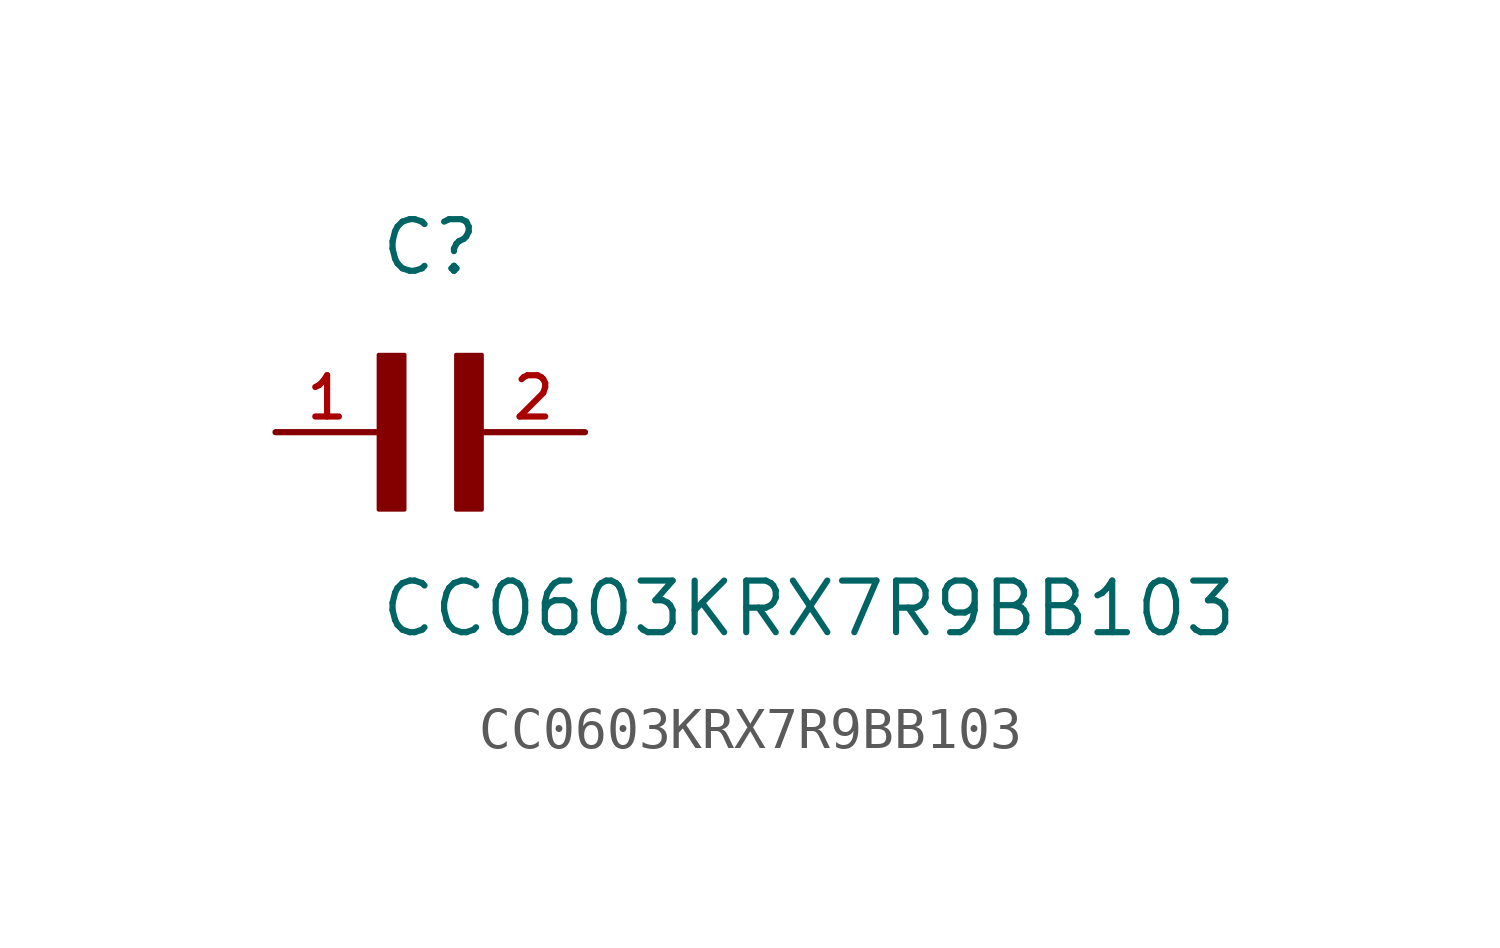
<source format=kicad_sym>
(kicad_symbol_lib
  (version 20211014)
  (generator kicad_symbol_editor)
  (symbol "CC0603KRX7R9BB103"
    (pin_names
      (offset 1.016))
    (property "Reference" "C"
      (at 0.0 3.811 0)
      (effects (font (size 1.27 1.27)) (justify bottom left)))
    (property "Value" "CC0603KRX7R9BB103"
      (at 0.0 -5.088 0)
      (effects (font (size 1.27 1.27)) (justify bottom left)))
    (symbol "CC0603KRX7R9BB103_0_0"
      (rectangle (start 0.0 -1.907) (end 0.635 1.905) (stroke (width 0.1)) (fill (type outline)))
      (rectangle (start 1.907 -1.907) (end 2.54 1.905) (stroke (width 0.1)) (fill (type outline)))
      (pin passive line (at 5.08 0.0 180.0) (length 2.54) (name "~" (effects (font (size 1.016 1.016)))) (number "2" (effects (font (size 1.016 1.016)))))
      (pin passive line (at -2.54 0.0 0) (length 2.54) (name "~" (effects (font (size 1.016 1.016)))) (number "1" (effects (font (size 1.016 1.016))))))))
</source>
